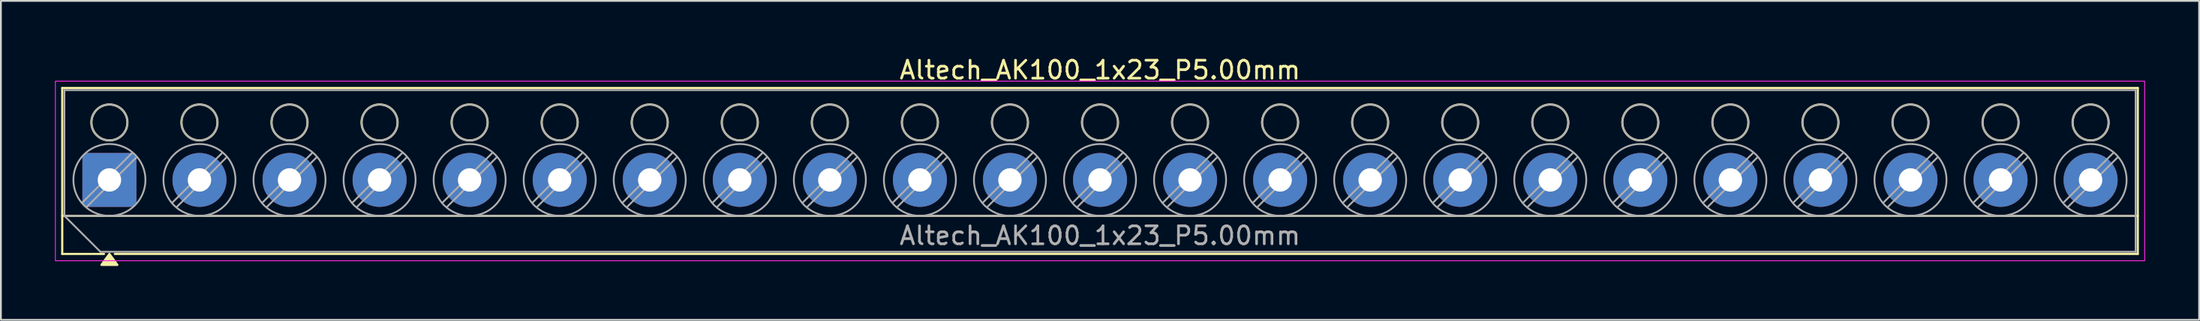
<source format=kicad_pcb>
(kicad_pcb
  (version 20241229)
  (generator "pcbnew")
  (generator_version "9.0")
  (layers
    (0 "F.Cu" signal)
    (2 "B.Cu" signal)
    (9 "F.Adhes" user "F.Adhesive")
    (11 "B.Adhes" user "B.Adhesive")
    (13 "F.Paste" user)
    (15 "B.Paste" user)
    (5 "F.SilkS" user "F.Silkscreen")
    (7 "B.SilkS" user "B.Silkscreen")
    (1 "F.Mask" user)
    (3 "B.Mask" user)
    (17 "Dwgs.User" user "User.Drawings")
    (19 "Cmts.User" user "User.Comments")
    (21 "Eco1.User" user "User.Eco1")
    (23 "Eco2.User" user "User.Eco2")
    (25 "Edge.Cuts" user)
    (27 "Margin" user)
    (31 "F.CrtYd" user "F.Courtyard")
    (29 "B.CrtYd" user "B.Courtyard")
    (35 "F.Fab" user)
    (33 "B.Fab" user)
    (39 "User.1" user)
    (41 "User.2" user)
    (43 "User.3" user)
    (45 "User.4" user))
  (footprint "Altech_AK100_1x23_P5.00mm"
    (layer "F.Cu")
    (at 3.025 6.968)
    (property "Reference" "Altech_AK100_1x23_P5.00mm" (at 55 -6.12 0) (layer "F.SilkS") (effects (font (size 1 1) (thickness 0.15))))
    (attr through_hole)
    (fp_line (start -2.62 -5.12) (end 112.62 -5.12) (stroke (width 0.12) (type solid)) (layer "F.SilkS"))
    (fp_line (start -2.62 2) (end 112.62 2) (stroke (width 0.12) (type solid)) (layer "F.SilkS"))
    (fp_line (start -2.62 4.12) (end -2.62 -5.12) (stroke (width 0.12) (type solid)) (layer "F.SilkS"))
    (fp_line (start -0.3 4.12) (end -2.62 4.12) (stroke (width 0.12) (type solid)) (layer "F.SilkS"))
    (fp_line (start 112.62 -5.12) (end 112.62 4.12) (stroke (width 0.12) (type solid)) (layer "F.SilkS"))
    (fp_line (start 112.62 4.12) (end 0.3 4.12) (stroke (width 0.12) (type solid)) (layer "F.SilkS"))
    (fp_circle (center 0 -3.2) (end 1 -3.2) (stroke (width 0.12) (type solid)) (fill no) (layer "F.SilkS"))
    (fp_circle (center 5 -3.2) (end 6 -3.2) (stroke (width 0.12) (type solid)) (fill no) (layer "F.SilkS"))
    (fp_circle (center 10 -3.2) (end 11 -3.2) (stroke (width 0.12) (type solid)) (fill no) (layer "F.SilkS"))
    (fp_circle (center 15 -3.2) (end 16 -3.2) (stroke (width 0.12) (type solid)) (fill no) (layer "F.SilkS"))
    (fp_circle (center 20 -3.2) (end 21 -3.2) (stroke (width 0.12) (type solid)) (fill no) (layer "F.SilkS"))
    (fp_circle (center 25 -3.2) (end 26 -3.2) (stroke (width 0.12) (type solid)) (fill no) (layer "F.SilkS"))
    (fp_circle (center 30 -3.2) (end 31 -3.2) (stroke (width 0.12) (type solid)) (fill no) (layer "F.SilkS"))
    (fp_circle (center 35 -3.2) (end 36 -3.2) (stroke (width 0.12) (type solid)) (fill no) (layer "F.SilkS"))
    (fp_circle (center 40 -3.2) (end 41 -3.2) (stroke (width 0.12) (type solid)) (fill no) (layer "F.SilkS"))
    (fp_circle (center 45 -3.2) (end 46 -3.2) (stroke (width 0.12) (type solid)) (fill no) (layer "F.SilkS"))
    (fp_circle (center 50 -3.2) (end 51 -3.2) (stroke (width 0.12) (type solid)) (fill no) (layer "F.SilkS"))
    (fp_circle (center 55 -3.2) (end 56 -3.2) (stroke (width 0.12) (type solid)) (fill no) (layer "F.SilkS"))
    (fp_circle (center 60 -3.2) (end 61 -3.2) (stroke (width 0.12) (type solid)) (fill no) (layer "F.SilkS"))
    (fp_circle (center 65 -3.2) (end 66 -3.2) (stroke (width 0.12) (type solid)) (fill no) (layer "F.SilkS"))
    (fp_circle (center 70 -3.2) (end 71 -3.2) (stroke (width 0.12) (type solid)) (fill no) (layer "F.SilkS"))
    (fp_circle (center 75 -3.2) (end 76 -3.2) (stroke (width 0.12) (type solid)) (fill no) (layer "F.SilkS"))
    (fp_circle (center 80 -3.2) (end 81 -3.2) (stroke (width 0.12) (type solid)) (fill no) (layer "F.SilkS"))
    (fp_circle (center 85 -3.2) (end 86 -3.2) (stroke (width 0.12) (type solid)) (fill no) (layer "F.SilkS"))
    (fp_circle (center 90 -3.2) (end 91 -3.2) (stroke (width 0.12) (type solid)) (fill no) (layer "F.SilkS"))
    (fp_circle (center 95 -3.2) (end 96 -3.2) (stroke (width 0.12) (type solid)) (fill no) (layer "F.SilkS"))
    (fp_circle (center 100 -3.2) (end 101 -3.2) (stroke (width 0.12) (type solid)) (fill no) (layer "F.SilkS"))
    (fp_circle (center 105 -3.2) (end 106 -3.2) (stroke (width 0.12) (type solid)) (fill no) (layer "F.SilkS"))
    (fp_circle (center 110 -3.2) (end 111 -3.2) (stroke (width 0.12) (type solid)) (fill no) (layer "F.SilkS"))
    (fp_poly (pts (xy 0 4.12) (xy 0.44 4.73) (xy -0.44 4.73)) (stroke (width 0.12) (type solid)) (fill yes) (layer "F.SilkS"))
    (fp_rect (start -3 -5.5) (end 113 4.5) (stroke (width 0.05) (type solid)) (fill no) (layer "F.CrtYd"))
    (fp_line (start -2.5 -5) (end 112.5 -5) (stroke (width 0.1) (type solid)) (layer "F.Fab"))
    (fp_line (start -2.5 2) (end -2.5 -5) (stroke (width 0.1) (type solid)) (layer "F.Fab"))
    (fp_line (start -2.5 2) (end 112.5 2) (stroke (width 0.1) (type solid)) (layer "F.Fab"))
    (fp_line (start -0.5 4) (end -2.5 2) (stroke (width 0.1) (type solid)) (layer "F.Fab"))
    (fp_line (start 1.273 -1.517) (end -1.517 1.273) (stroke (width 0.1) (type solid)) (layer "F.Fab"))
    (fp_line (start 1.517 -1.273) (end -1.273 1.517) (stroke (width 0.1) (type solid)) (layer "F.Fab"))
    (fp_line (start 6.273 -1.517) (end 3.483 1.273) (stroke (width 0.1) (type solid)) (layer "F.Fab"))
    (fp_line (start 6.517 -1.273) (end 3.727 1.517) (stroke (width 0.1) (type solid)) (layer "F.Fab"))
    (fp_line (start 11.273 -1.517) (end 8.483 1.273) (stroke (width 0.1) (type solid)) (layer "F.Fab"))
    (fp_line (start 11.517 -1.273) (end 8.727 1.517) (stroke (width 0.1) (type solid)) (layer "F.Fab"))
    (fp_line (start 16.273 -1.517) (end 13.483 1.273) (stroke (width 0.1) (type solid)) (layer "F.Fab"))
    (fp_line (start 16.517 -1.273) (end 13.727 1.517) (stroke (width 0.1) (type solid)) (layer "F.Fab"))
    (fp_line (start 21.273 -1.517) (end 18.483 1.273) (stroke (width 0.1) (type solid)) (layer "F.Fab"))
    (fp_line (start 21.517 -1.273) (end 18.727 1.517) (stroke (width 0.1) (type solid)) (layer "F.Fab"))
    (fp_line (start 26.273 -1.517) (end 23.483 1.273) (stroke (width 0.1) (type solid)) (layer "F.Fab"))
    (fp_line (start 26.517 -1.273) (end 23.727 1.517) (stroke (width 0.1) (type solid)) (layer "F.Fab"))
    (fp_line (start 31.273 -1.517) (end 28.483 1.273) (stroke (width 0.1) (type solid)) (layer "F.Fab"))
    (fp_line (start 31.517 -1.273) (end 28.727 1.517) (stroke (width 0.1) (type solid)) (layer "F.Fab"))
    (fp_line (start 36.273 -1.517) (end 33.483 1.273) (stroke (width 0.1) (type solid)) (layer "F.Fab"))
    (fp_line (start 36.517 -1.273) (end 33.727 1.517) (stroke (width 0.1) (type solid)) (layer "F.Fab"))
    (fp_line (start 41.273 -1.517) (end 38.483 1.273) (stroke (width 0.1) (type solid)) (layer "F.Fab"))
    (fp_line (start 41.517 -1.273) (end 38.727 1.517) (stroke (width 0.1) (type solid)) (layer "F.Fab"))
    (fp_line (start 46.273 -1.517) (end 43.483 1.273) (stroke (width 0.1) (type solid)) (layer "F.Fab"))
    (fp_line (start 46.517 -1.273) (end 43.727 1.517) (stroke (width 0.1) (type solid)) (layer "F.Fab"))
    (fp_line (start 51.273 -1.517) (end 48.483 1.273) (stroke (width 0.1) (type solid)) (layer "F.Fab"))
    (fp_line (start 51.517 -1.273) (end 48.727 1.517) (stroke (width 0.1) (type solid)) (layer "F.Fab"))
    (fp_line (start 56.273 -1.517) (end 53.483 1.273) (stroke (width 0.1) (type solid)) (layer "F.Fab"))
    (fp_line (start 56.517 -1.273) (end 53.727 1.517) (stroke (width 0.1) (type solid)) (layer "F.Fab"))
    (fp_line (start 61.273 -1.517) (end 58.483 1.273) (stroke (width 0.1) (type solid)) (layer "F.Fab"))
    (fp_line (start 61.517 -1.273) (end 58.727 1.517) (stroke (width 0.1) (type solid)) (layer "F.Fab"))
    (fp_line (start 66.273 -1.517) (end 63.483 1.273) (stroke (width 0.1) (type solid)) (layer "F.Fab"))
    (fp_line (start 66.517 -1.273) (end 63.727 1.517) (stroke (width 0.1) (type solid)) (layer "F.Fab"))
    (fp_line (start 71.273 -1.517) (end 68.483 1.273) (stroke (width 0.1) (type solid)) (layer "F.Fab"))
    (fp_line (start 71.517 -1.273) (end 68.727 1.517) (stroke (width 0.1) (type solid)) (layer "F.Fab"))
    (fp_line (start 76.273 -1.517) (end 73.483 1.273) (stroke (width 0.1) (type solid)) (layer "F.Fab"))
    (fp_line (start 76.517 -1.273) (end 73.727 1.517) (stroke (width 0.1) (type solid)) (layer "F.Fab"))
    (fp_line (start 81.273 -1.517) (end 78.483 1.273) (stroke (width 0.1) (type solid)) (layer "F.Fab"))
    (fp_line (start 81.517 -1.273) (end 78.727 1.517) (stroke (width 0.1) (type solid)) (layer "F.Fab"))
    (fp_line (start 86.273 -1.517) (end 83.483 1.273) (stroke (width 0.1) (type solid)) (layer "F.Fab"))
    (fp_line (start 86.517 -1.273) (end 83.727 1.517) (stroke (width 0.1) (type solid)) (layer "F.Fab"))
    (fp_line (start 91.273 -1.517) (end 88.483 1.273) (stroke (width 0.1) (type solid)) (layer "F.Fab"))
    (fp_line (start 91.517 -1.273) (end 88.727 1.517) (stroke (width 0.1) (type solid)) (layer "F.Fab"))
    (fp_line (start 96.273 -1.517) (end 93.483 1.273) (stroke (width 0.1) (type solid)) (layer "F.Fab"))
    (fp_line (start 96.517 -1.273) (end 93.727 1.517) (stroke (width 0.1) (type solid)) (layer "F.Fab"))
    (fp_line (start 101.273 -1.517) (end 98.483 1.273) (stroke (width 0.1) (type solid)) (layer "F.Fab"))
    (fp_line (start 101.517 -1.273) (end 98.727 1.517) (stroke (width 0.1) (type solid)) (layer "F.Fab"))
    (fp_line (start 106.273 -1.517) (end 103.483 1.273) (stroke (width 0.1) (type solid)) (layer "F.Fab"))
    (fp_line (start 106.517 -1.273) (end 103.727 1.517) (stroke (width 0.1) (type solid)) (layer "F.Fab"))
    (fp_line (start 111.273 -1.517) (end 108.483 1.273) (stroke (width 0.1) (type solid)) (layer "F.Fab"))
    (fp_line (start 111.517 -1.273) (end 108.727 1.517) (stroke (width 0.1) (type solid)) (layer "F.Fab"))
    (fp_line (start 112.5 -5) (end 112.5 4) (stroke (width 0.1) (type solid)) (layer "F.Fab"))
    (fp_line (start 112.5 4) (end -0.5 4) (stroke (width 0.1) (type solid)) (layer "F.Fab"))
    (fp_circle (center 0 -3.2) (end 1 -3.2) (stroke (width 0.1) (type solid)) (fill no) (layer "F.Fab"))
    (fp_circle (center 0 0) (end 2 0) (stroke (width 0.1) (type solid)) (fill no) (layer "F.Fab"))
    (fp_circle (center 5 -3.2) (end 6 -3.2) (stroke (width 0.1) (type solid)) (fill no) (layer "F.Fab"))
    (fp_circle (center 5 0) (end 7 0) (stroke (width 0.1) (type solid)) (fill no) (layer "F.Fab"))
    (fp_circle (center 10 -3.2) (end 11 -3.2) (stroke (width 0.1) (type solid)) (fill no) (layer "F.Fab"))
    (fp_circle (center 10 0) (end 12 0) (stroke (width 0.1) (type solid)) (fill no) (layer "F.Fab"))
    (fp_circle (center 15 -3.2) (end 16 -3.2) (stroke (width 0.1) (type solid)) (fill no) (layer "F.Fab"))
    (fp_circle (center 15 0) (end 17 0) (stroke (width 0.1) (type solid)) (fill no) (layer "F.Fab"))
    (fp_circle (center 20 -3.2) (end 21 -3.2) (stroke (width 0.1) (type solid)) (fill no) (layer "F.Fab"))
    (fp_circle (center 20 0) (end 22 0) (stroke (width 0.1) (type solid)) (fill no) (layer "F.Fab"))
    (fp_circle (center 25 -3.2) (end 26 -3.2) (stroke (width 0.1) (type solid)) (fill no) (layer "F.Fab"))
    (fp_circle (center 25 0) (end 27 0) (stroke (width 0.1) (type solid)) (fill no) (layer "F.Fab"))
    (fp_circle (center 30 -3.2) (end 31 -3.2) (stroke (width 0.1) (type solid)) (fill no) (layer "F.Fab"))
    (fp_circle (center 30 0) (end 32 0) (stroke (width 0.1) (type solid)) (fill no) (layer "F.Fab"))
    (fp_circle (center 35 -3.2) (end 36 -3.2) (stroke (width 0.1) (type solid)) (fill no) (layer "F.Fab"))
    (fp_circle (center 35 0) (end 37 0) (stroke (width 0.1) (type solid)) (fill no) (layer "F.Fab"))
    (fp_circle (center 40 -3.2) (end 41 -3.2) (stroke (width 0.1) (type solid)) (fill no) (layer "F.Fab"))
    (fp_circle (center 40 0) (end 42 0) (stroke (width 0.1) (type solid)) (fill no) (layer "F.Fab"))
    (fp_circle (center 45 -3.2) (end 46 -3.2) (stroke (width 0.1) (type solid)) (fill no) (layer "F.Fab"))
    (fp_circle (center 45 0) (end 47 0) (stroke (width 0.1) (type solid)) (fill no) (layer "F.Fab"))
    (fp_circle (center 50 -3.2) (end 51 -3.2) (stroke (width 0.1) (type solid)) (fill no) (layer "F.Fab"))
    (fp_circle (center 50 0) (end 52 0) (stroke (width 0.1) (type solid)) (fill no) (layer "F.Fab"))
    (fp_circle (center 55 -3.2) (end 56 -3.2) (stroke (width 0.1) (type solid)) (fill no) (layer "F.Fab"))
    (fp_circle (center 55 0) (end 57 0) (stroke (width 0.1) (type solid)) (fill no) (layer "F.Fab"))
    (fp_circle (center 60 -3.2) (end 61 -3.2) (stroke (width 0.1) (type solid)) (fill no) (layer "F.Fab"))
    (fp_circle (center 60 0) (end 62 0) (stroke (width 0.1) (type solid)) (fill no) (layer "F.Fab"))
    (fp_circle (center 65 -3.2) (end 66 -3.2) (stroke (width 0.1) (type solid)) (fill no) (layer "F.Fab"))
    (fp_circle (center 65 0) (end 67 0) (stroke (width 0.1) (type solid)) (fill no) (layer "F.Fab"))
    (fp_circle (center 70 -3.2) (end 71 -3.2) (stroke (width 0.1) (type solid)) (fill no) (layer "F.Fab"))
    (fp_circle (center 70 0) (end 72 0) (stroke (width 0.1) (type solid)) (fill no) (layer "F.Fab"))
    (fp_circle (center 75 -3.2) (end 76 -3.2) (stroke (width 0.1) (type solid)) (fill no) (layer "F.Fab"))
    (fp_circle (center 75 0) (end 77 0) (stroke (width 0.1) (type solid)) (fill no) (layer "F.Fab"))
    (fp_circle (center 80 -3.2) (end 81 -3.2) (stroke (width 0.1) (type solid)) (fill no) (layer "F.Fab"))
    (fp_circle (center 80 0) (end 82 0) (stroke (width 0.1) (type solid)) (fill no) (layer "F.Fab"))
    (fp_circle (center 85 -3.2) (end 86 -3.2) (stroke (width 0.1) (type solid)) (fill no) (layer "F.Fab"))
    (fp_circle (center 85 0) (end 87 0) (stroke (width 0.1) (type solid)) (fill no) (layer "F.Fab"))
    (fp_circle (center 90 -3.2) (end 91 -3.2) (stroke (width 0.1) (type solid)) (fill no) (layer "F.Fab"))
    (fp_circle (center 90 0) (end 92 0) (stroke (width 0.1) (type solid)) (fill no) (layer "F.Fab"))
    (fp_circle (center 95 -3.2) (end 96 -3.2) (stroke (width 0.1) (type solid)) (fill no) (layer "F.Fab"))
    (fp_circle (center 95 0) (end 97 0) (stroke (width 0.1) (type solid)) (fill no) (layer "F.Fab"))
    (fp_circle (center 100 -3.2) (end 101 -3.2) (stroke (width 0.1) (type solid)) (fill no) (layer "F.Fab"))
    (fp_circle (center 100 0) (end 102 0) (stroke (width 0.1) (type solid)) (fill no) (layer "F.Fab"))
    (fp_circle (center 105 -3.2) (end 106 -3.2) (stroke (width 0.1) (type solid)) (fill no) (layer "F.Fab"))
    (fp_circle (center 105 0) (end 107 0) (stroke (width 0.1) (type solid)) (fill no) (layer "F.Fab"))
    (fp_circle (center 110 -3.2) (end 111 -3.2) (stroke (width 0.1) (type solid)) (fill no) (layer "F.Fab"))
    (fp_circle (center 110 0) (end 112 0) (stroke (width 0.1) (type solid)) (fill no) (layer "F.Fab"))
    (fp_text user "${REFERENCE}" (at 55 3.1 0) (layer "F.Fab") (effects (font (size 1 1) (thickness 0.15))))
    (pad "1" thru_hole roundrect (at 0 0) (size 3 3) (drill 1.3) (layers "*.Cu" "*.Mask") (roundrect_rratio 0.083))
    (pad "2" thru_hole circle (at 5 0) (size 3 3) (drill 1.3) (layers "*.Cu" "*.Mask"))
    (pad "3" thru_hole circle (at 10 0) (size 3 3) (drill 1.3) (layers "*.Cu" "*.Mask"))
    (pad "4" thru_hole circle (at 15 0) (size 3 3) (drill 1.3) (layers "*.Cu" "*.Mask"))
    (pad "5" thru_hole circle (at 20 0) (size 3 3) (drill 1.3) (layers "*.Cu" "*.Mask"))
    (pad "6" thru_hole circle (at 25 0) (size 3 3) (drill 1.3) (layers "*.Cu" "*.Mask"))
    (pad "7" thru_hole circle (at 30 0) (size 3 3) (drill 1.3) (layers "*.Cu" "*.Mask"))
    (pad "8" thru_hole circle (at 35 0) (size 3 3) (drill 1.3) (layers "*.Cu" "*.Mask"))
    (pad "9" thru_hole circle (at 40 0) (size 3 3) (drill 1.3) (layers "*.Cu" "*.Mask"))
    (pad "10" thru_hole circle (at 45 0) (size 3 3) (drill 1.3) (layers "*.Cu" "*.Mask"))
    (pad "11" thru_hole circle (at 50 0) (size 3 3) (drill 1.3) (layers "*.Cu" "*.Mask"))
    (pad "12" thru_hole circle (at 55 0) (size 3 3) (drill 1.3) (layers "*.Cu" "*.Mask"))
    (pad "13" thru_hole circle (at 60 0) (size 3 3) (drill 1.3) (layers "*.Cu" "*.Mask"))
    (pad "14" thru_hole circle (at 65 0) (size 3 3) (drill 1.3) (layers "*.Cu" "*.Mask"))
    (pad "15" thru_hole circle (at 70 0) (size 3 3) (drill 1.3) (layers "*.Cu" "*.Mask"))
    (pad "16" thru_hole circle (at 75 0) (size 3 3) (drill 1.3) (layers "*.Cu" "*.Mask"))
    (pad "17" thru_hole circle (at 80 0) (size 3 3) (drill 1.3) (layers "*.Cu" "*.Mask"))
    (pad "18" thru_hole circle (at 85 0) (size 3 3) (drill 1.3) (layers "*.Cu" "*.Mask"))
    (pad "19" thru_hole circle (at 90 0) (size 3 3) (drill 1.3) (layers "*.Cu" "*.Mask"))
    (pad "20" thru_hole circle (at 95 0) (size 3 3) (drill 1.3) (layers "*.Cu" "*.Mask"))
    (pad "21" thru_hole circle (at 100 0) (size 3 3) (drill 1.3) (layers "*.Cu" "*.Mask"))
    (pad "22" thru_hole circle (at 105 0) (size 3 3) (drill 1.3) (layers "*.Cu" "*.Mask"))
    (pad "23" thru_hole circle (at 110 0) (size 3 3) (drill 1.3) (layers "*.Cu" "*.Mask")))
  (gr_rect
    (start -3 -3)
    (end 119.05 14.758)
    (stroke (width 0.1) (type default))
    (fill no)
    (layer "Edge.Cuts")))
</source>
